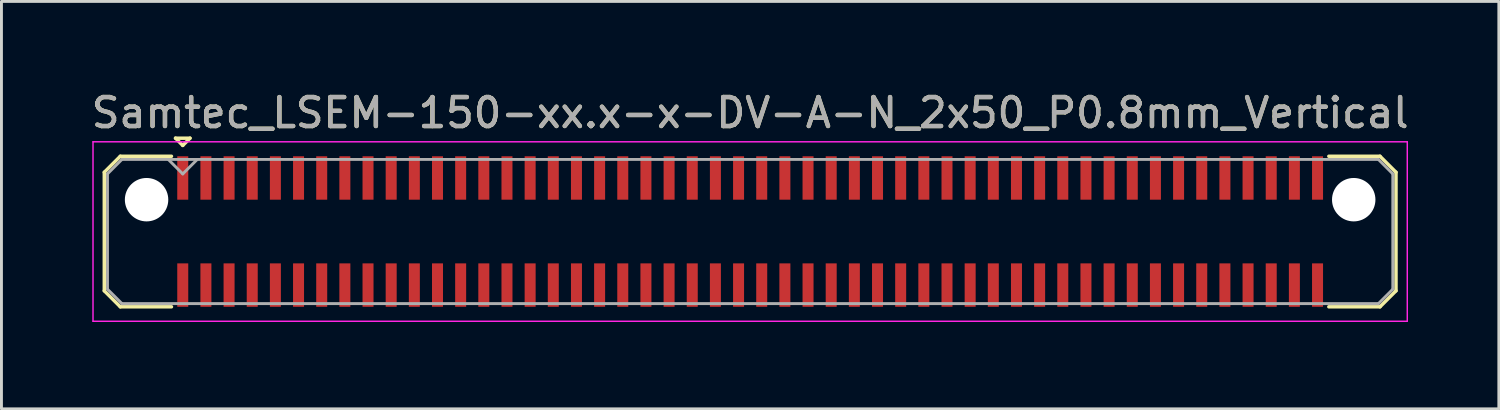
<source format=kicad_pcb>
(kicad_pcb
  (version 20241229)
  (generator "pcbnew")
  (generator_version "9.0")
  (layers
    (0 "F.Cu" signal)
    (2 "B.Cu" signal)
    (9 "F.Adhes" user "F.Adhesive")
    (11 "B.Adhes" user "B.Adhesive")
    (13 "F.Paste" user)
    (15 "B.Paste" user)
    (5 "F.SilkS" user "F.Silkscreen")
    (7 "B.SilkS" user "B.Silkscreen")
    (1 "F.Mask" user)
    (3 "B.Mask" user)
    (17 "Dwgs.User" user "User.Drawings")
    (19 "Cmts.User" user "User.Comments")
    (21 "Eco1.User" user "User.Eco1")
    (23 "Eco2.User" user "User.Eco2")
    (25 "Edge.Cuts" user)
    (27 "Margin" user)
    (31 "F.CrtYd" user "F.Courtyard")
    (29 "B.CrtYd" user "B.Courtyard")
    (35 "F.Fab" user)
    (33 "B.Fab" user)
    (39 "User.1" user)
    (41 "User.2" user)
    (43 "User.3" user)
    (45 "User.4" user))
  (footprint "Samtec_LSEM-150-xx.x-x-DV-A-N_2x50_P0.8mm_Vertical"
    (layer "F.Cu")
    (at 22.863 4.948)
    (property "Reference" "Samtec_LSEM-150-xx.x-x-DV-A-N_2x50_P0.8mm_Vertical" (at 0 -4.1 0) (layer "F.SilkS") (effects (font (size 1 1) (thickness 0.15))))
    (attr smd)
    (fp_line (start -22.31 -2.047) (end -22.31 2.047) (stroke (width 0.12) (type solid)) (layer "F.SilkS"))
    (fp_line (start -22.31 2.047) (end -21.757 2.6) (stroke (width 0.12) (type solid)) (layer "F.SilkS"))
    (fp_line (start -21.757 -2.6) (end -22.31 -2.047) (stroke (width 0.12) (type solid)) (layer "F.SilkS"))
    (fp_line (start -21.757 2.6) (end -19.99 2.6) (stroke (width 0.12) (type solid)) (layer "F.SilkS"))
    (fp_line (start -19.99 -2.6) (end -21.757 -2.6) (stroke (width 0.12) (type solid)) (layer "F.SilkS"))
    (fp_line (start -19.85 -3.225) (end -19.35 -3.225) (stroke (width 0.12) (type solid)) (layer "F.SilkS"))
    (fp_line (start -19.6 -2.975) (end -19.85 -3.225) (stroke (width 0.12) (type solid)) (layer "F.SilkS"))
    (fp_line (start -19.35 -3.225) (end -19.6 -2.975) (stroke (width 0.12) (type solid)) (layer "F.SilkS"))
    (fp_line (start 19.99 -2.6) (end 21.757 -2.6) (stroke (width 0.12) (type solid)) (layer "F.SilkS"))
    (fp_line (start 21.757 -2.6) (end 22.31 -2.047) (stroke (width 0.12) (type solid)) (layer "F.SilkS"))
    (fp_line (start 21.757 2.6) (end 19.99 2.6) (stroke (width 0.12) (type solid)) (layer "F.SilkS"))
    (fp_line (start 22.31 -2.047) (end 22.31 2.047) (stroke (width 0.12) (type solid)) (layer "F.SilkS"))
    (fp_line (start 22.31 2.047) (end 21.757 2.6) (stroke (width 0.12) (type solid)) (layer "F.SilkS"))
    (fp_line (start -22.7 -3.1) (end -22.7 3.1) (stroke (width 0.05) (type solid)) (layer "F.CrtYd"))
    (fp_line (start -22.7 3.1) (end 22.7 3.1) (stroke (width 0.05) (type solid)) (layer "F.CrtYd"))
    (fp_line (start 22.7 -3.1) (end -22.7 -3.1) (stroke (width 0.05) (type solid)) (layer "F.CrtYd"))
    (fp_line (start 22.7 3.1) (end 22.7 -3.1) (stroke (width 0.05) (type solid)) (layer "F.CrtYd"))
    (fp_line (start -22.2 -1.992) (end -22.2 1.992) (stroke (width 0.1) (type solid)) (layer "F.Fab"))
    (fp_line (start -22.2 1.992) (end -21.702 2.49) (stroke (width 0.1) (type solid)) (layer "F.Fab"))
    (fp_line (start -21.702 -2.49) (end -22.2 -1.992) (stroke (width 0.1) (type solid)) (layer "F.Fab"))
    (fp_line (start -21.702 2.49) (end 21.702 2.49) (stroke (width 0.1) (type solid)) (layer "F.Fab"))
    (fp_line (start -19.6 -1.99) (end -20.1 -2.49) (stroke (width 0.1) (type solid)) (layer "F.Fab"))
    (fp_line (start -19.1 -2.49) (end -19.6 -1.99) (stroke (width 0.1) (type solid)) (layer "F.Fab"))
    (fp_line (start 21.702 -2.49) (end -21.702 -2.49) (stroke (width 0.1) (type solid)) (layer "F.Fab"))
    (fp_line (start 21.702 2.49) (end 22.2 1.992) (stroke (width 0.1) (type solid)) (layer "F.Fab"))
    (fp_line (start 22.2 -1.992) (end 21.702 -2.49) (stroke (width 0.1) (type solid)) (layer "F.Fab"))
    (fp_line (start 22.2 1.992) (end 22.2 -1.992) (stroke (width 0.1) (type solid)) (layer "F.Fab"))
    (fp_text user "${REFERENCE}" (at 0 -4.1 0) (layer "F.Fab") (effects (font (size 1 1) (thickness 0.15))))
    (pad "" np_thru_hole circle (at -20.85 -1.1) (size 1.5 1.5) (drill 1.5) (layers "*.Cu" "*.Mask"))
    (pad "" np_thru_hole circle (at 20.85 -1.1) (size 1.5 1.5) (drill 1.5) (layers "*.Cu" "*.Mask"))
    (pad "1" smd rect (at -19.6 -1.85) (size 0.38 1.5) (layers "F.Cu" "F.Mask" "F.Paste"))
    (pad "2" smd rect (at -19.6 1.85) (size 0.38 1.5) (layers "F.Cu" "F.Mask" "F.Paste"))
    (pad "3" smd rect (at -18.8 -1.85) (size 0.38 1.5) (layers "F.Cu" "F.Mask" "F.Paste"))
    (pad "4" smd rect (at -18.8 1.85) (size 0.38 1.5) (layers "F.Cu" "F.Mask" "F.Paste"))
    (pad "5" smd rect (at -18 -1.85) (size 0.38 1.5) (layers "F.Cu" "F.Mask" "F.Paste"))
    (pad "6" smd rect (at -18 1.85) (size 0.38 1.5) (layers "F.Cu" "F.Mask" "F.Paste"))
    (pad "7" smd rect (at -17.2 -1.85) (size 0.38 1.5) (layers "F.Cu" "F.Mask" "F.Paste"))
    (pad "8" smd rect (at -17.2 1.85) (size 0.38 1.5) (layers "F.Cu" "F.Mask" "F.Paste"))
    (pad "9" smd rect (at -16.4 -1.85) (size 0.38 1.5) (layers "F.Cu" "F.Mask" "F.Paste"))
    (pad "10" smd rect (at -16.4 1.85) (size 0.38 1.5) (layers "F.Cu" "F.Mask" "F.Paste"))
    (pad "11" smd rect (at -15.6 -1.85) (size 0.38 1.5) (layers "F.Cu" "F.Mask" "F.Paste"))
    (pad "12" smd rect (at -15.6 1.85) (size 0.38 1.5) (layers "F.Cu" "F.Mask" "F.Paste"))
    (pad "13" smd rect (at -14.8 -1.85) (size 0.38 1.5) (layers "F.Cu" "F.Mask" "F.Paste"))
    (pad "14" smd rect (at -14.8 1.85) (size 0.38 1.5) (layers "F.Cu" "F.Mask" "F.Paste"))
    (pad "15" smd rect (at -14 -1.85) (size 0.38 1.5) (layers "F.Cu" "F.Mask" "F.Paste"))
    (pad "16" smd rect (at -14 1.85) (size 0.38 1.5) (layers "F.Cu" "F.Mask" "F.Paste"))
    (pad "17" smd rect (at -13.2 -1.85) (size 0.38 1.5) (layers "F.Cu" "F.Mask" "F.Paste"))
    (pad "18" smd rect (at -13.2 1.85) (size 0.38 1.5) (layers "F.Cu" "F.Mask" "F.Paste"))
    (pad "19" smd rect (at -12.4 -1.85) (size 0.38 1.5) (layers "F.Cu" "F.Mask" "F.Paste"))
    (pad "20" smd rect (at -12.4 1.85) (size 0.38 1.5) (layers "F.Cu" "F.Mask" "F.Paste"))
    (pad "21" smd rect (at -11.6 -1.85) (size 0.38 1.5) (layers "F.Cu" "F.Mask" "F.Paste"))
    (pad "22" smd rect (at -11.6 1.85) (size 0.38 1.5) (layers "F.Cu" "F.Mask" "F.Paste"))
    (pad "23" smd rect (at -10.8 -1.85) (size 0.38 1.5) (layers "F.Cu" "F.Mask" "F.Paste"))
    (pad "24" smd rect (at -10.8 1.85) (size 0.38 1.5) (layers "F.Cu" "F.Mask" "F.Paste"))
    (pad "25" smd rect (at -10 -1.85) (size 0.38 1.5) (layers "F.Cu" "F.Mask" "F.Paste"))
    (pad "26" smd rect (at -10 1.85) (size 0.38 1.5) (layers "F.Cu" "F.Mask" "F.Paste"))
    (pad "27" smd rect (at -9.2 -1.85) (size 0.38 1.5) (layers "F.Cu" "F.Mask" "F.Paste"))
    (pad "28" smd rect (at -9.2 1.85) (size 0.38 1.5) (layers "F.Cu" "F.Mask" "F.Paste"))
    (pad "29" smd rect (at -8.4 -1.85) (size 0.38 1.5) (layers "F.Cu" "F.Mask" "F.Paste"))
    (pad "30" smd rect (at -8.4 1.85) (size 0.38 1.5) (layers "F.Cu" "F.Mask" "F.Paste"))
    (pad "31" smd rect (at -7.6 -1.85) (size 0.38 1.5) (layers "F.Cu" "F.Mask" "F.Paste"))
    (pad "32" smd rect (at -7.6 1.85) (size 0.38 1.5) (layers "F.Cu" "F.Mask" "F.Paste"))
    (pad "33" smd rect (at -6.8 -1.85) (size 0.38 1.5) (layers "F.Cu" "F.Mask" "F.Paste"))
    (pad "34" smd rect (at -6.8 1.85) (size 0.38 1.5) (layers "F.Cu" "F.Mask" "F.Paste"))
    (pad "35" smd rect (at -6 -1.85) (size 0.38 1.5) (layers "F.Cu" "F.Mask" "F.Paste"))
    (pad "36" smd rect (at -6 1.85) (size 0.38 1.5) (layers "F.Cu" "F.Mask" "F.Paste"))
    (pad "37" smd rect (at -5.2 -1.85) (size 0.38 1.5) (layers "F.Cu" "F.Mask" "F.Paste"))
    (pad "38" smd rect (at -5.2 1.85) (size 0.38 1.5) (layers "F.Cu" "F.Mask" "F.Paste"))
    (pad "39" smd rect (at -4.4 -1.85) (size 0.38 1.5) (layers "F.Cu" "F.Mask" "F.Paste"))
    (pad "40" smd rect (at -4.4 1.85) (size 0.38 1.5) (layers "F.Cu" "F.Mask" "F.Paste"))
    (pad "41" smd rect (at -3.6 -1.85) (size 0.38 1.5) (layers "F.Cu" "F.Mask" "F.Paste"))
    (pad "42" smd rect (at -3.6 1.85) (size 0.38 1.5) (layers "F.Cu" "F.Mask" "F.Paste"))
    (pad "43" smd rect (at -2.8 -1.85) (size 0.38 1.5) (layers "F.Cu" "F.Mask" "F.Paste"))
    (pad "44" smd rect (at -2.8 1.85) (size 0.38 1.5) (layers "F.Cu" "F.Mask" "F.Paste"))
    (pad "45" smd rect (at -2 -1.85) (size 0.38 1.5) (layers "F.Cu" "F.Mask" "F.Paste"))
    (pad "46" smd rect (at -2 1.85) (size 0.38 1.5) (layers "F.Cu" "F.Mask" "F.Paste"))
    (pad "47" smd rect (at -1.2 -1.85) (size 0.38 1.5) (layers "F.Cu" "F.Mask" "F.Paste"))
    (pad "48" smd rect (at -1.2 1.85) (size 0.38 1.5) (layers "F.Cu" "F.Mask" "F.Paste"))
    (pad "49" smd rect (at -0.4 -1.85) (size 0.38 1.5) (layers "F.Cu" "F.Mask" "F.Paste"))
    (pad "50" smd rect (at -0.4 1.85) (size 0.38 1.5) (layers "F.Cu" "F.Mask" "F.Paste"))
    (pad "51" smd rect (at 0.4 -1.85) (size 0.38 1.5) (layers "F.Cu" "F.Mask" "F.Paste"))
    (pad "52" smd rect (at 0.4 1.85) (size 0.38 1.5) (layers "F.Cu" "F.Mask" "F.Paste"))
    (pad "53" smd rect (at 1.2 -1.85) (size 0.38 1.5) (layers "F.Cu" "F.Mask" "F.Paste"))
    (pad "54" smd rect (at 1.2 1.85) (size 0.38 1.5) (layers "F.Cu" "F.Mask" "F.Paste"))
    (pad "55" smd rect (at 2 -1.85) (size 0.38 1.5) (layers "F.Cu" "F.Mask" "F.Paste"))
    (pad "56" smd rect (at 2 1.85) (size 0.38 1.5) (layers "F.Cu" "F.Mask" "F.Paste"))
    (pad "57" smd rect (at 2.8 -1.85) (size 0.38 1.5) (layers "F.Cu" "F.Mask" "F.Paste"))
    (pad "58" smd rect (at 2.8 1.85) (size 0.38 1.5) (layers "F.Cu" "F.Mask" "F.Paste"))
    (pad "59" smd rect (at 3.6 -1.85) (size 0.38 1.5) (layers "F.Cu" "F.Mask" "F.Paste"))
    (pad "60" smd rect (at 3.6 1.85) (size 0.38 1.5) (layers "F.Cu" "F.Mask" "F.Paste"))
    (pad "61" smd rect (at 4.4 -1.85) (size 0.38 1.5) (layers "F.Cu" "F.Mask" "F.Paste"))
    (pad "62" smd rect (at 4.4 1.85) (size 0.38 1.5) (layers "F.Cu" "F.Mask" "F.Paste"))
    (pad "63" smd rect (at 5.2 -1.85) (size 0.38 1.5) (layers "F.Cu" "F.Mask" "F.Paste"))
    (pad "64" smd rect (at 5.2 1.85) (size 0.38 1.5) (layers "F.Cu" "F.Mask" "F.Paste"))
    (pad "65" smd rect (at 6 -1.85) (size 0.38 1.5) (layers "F.Cu" "F.Mask" "F.Paste"))
    (pad "66" smd rect (at 6 1.85) (size 0.38 1.5) (layers "F.Cu" "F.Mask" "F.Paste"))
    (pad "67" smd rect (at 6.8 -1.85) (size 0.38 1.5) (layers "F.Cu" "F.Mask" "F.Paste"))
    (pad "68" smd rect (at 6.8 1.85) (size 0.38 1.5) (layers "F.Cu" "F.Mask" "F.Paste"))
    (pad "69" smd rect (at 7.6 -1.85) (size 0.38 1.5) (layers "F.Cu" "F.Mask" "F.Paste"))
    (pad "70" smd rect (at 7.6 1.85) (size 0.38 1.5) (layers "F.Cu" "F.Mask" "F.Paste"))
    (pad "71" smd rect (at 8.4 -1.85) (size 0.38 1.5) (layers "F.Cu" "F.Mask" "F.Paste"))
    (pad "72" smd rect (at 8.4 1.85) (size 0.38 1.5) (layers "F.Cu" "F.Mask" "F.Paste"))
    (pad "73" smd rect (at 9.2 -1.85) (size 0.38 1.5) (layers "F.Cu" "F.Mask" "F.Paste"))
    (pad "74" smd rect (at 9.2 1.85) (size 0.38 1.5) (layers "F.Cu" "F.Mask" "F.Paste"))
    (pad "75" smd rect (at 10 -1.85) (size 0.38 1.5) (layers "F.Cu" "F.Mask" "F.Paste"))
    (pad "76" smd rect (at 10 1.85) (size 0.38 1.5) (layers "F.Cu" "F.Mask" "F.Paste"))
    (pad "77" smd rect (at 10.8 -1.85) (size 0.38 1.5) (layers "F.Cu" "F.Mask" "F.Paste"))
    (pad "78" smd rect (at 10.8 1.85) (size 0.38 1.5) (layers "F.Cu" "F.Mask" "F.Paste"))
    (pad "79" smd rect (at 11.6 -1.85) (size 0.38 1.5) (layers "F.Cu" "F.Mask" "F.Paste"))
    (pad "80" smd rect (at 11.6 1.85) (size 0.38 1.5) (layers "F.Cu" "F.Mask" "F.Paste"))
    (pad "81" smd rect (at 12.4 -1.85) (size 0.38 1.5) (layers "F.Cu" "F.Mask" "F.Paste"))
    (pad "82" smd rect (at 12.4 1.85) (size 0.38 1.5) (layers "F.Cu" "F.Mask" "F.Paste"))
    (pad "83" smd rect (at 13.2 -1.85) (size 0.38 1.5) (layers "F.Cu" "F.Mask" "F.Paste"))
    (pad "84" smd rect (at 13.2 1.85) (size 0.38 1.5) (layers "F.Cu" "F.Mask" "F.Paste"))
    (pad "85" smd rect (at 14 -1.85) (size 0.38 1.5) (layers "F.Cu" "F.Mask" "F.Paste"))
    (pad "86" smd rect (at 14 1.85) (size 0.38 1.5) (layers "F.Cu" "F.Mask" "F.Paste"))
    (pad "87" smd rect (at 14.8 -1.85) (size 0.38 1.5) (layers "F.Cu" "F.Mask" "F.Paste"))
    (pad "88" smd rect (at 14.8 1.85) (size 0.38 1.5) (layers "F.Cu" "F.Mask" "F.Paste"))
    (pad "89" smd rect (at 15.6 -1.85) (size 0.38 1.5) (layers "F.Cu" "F.Mask" "F.Paste"))
    (pad "90" smd rect (at 15.6 1.85) (size 0.38 1.5) (layers "F.Cu" "F.Mask" "F.Paste"))
    (pad "91" smd rect (at 16.4 -1.85) (size 0.38 1.5) (layers "F.Cu" "F.Mask" "F.Paste"))
    (pad "92" smd rect (at 16.4 1.85) (size 0.38 1.5) (layers "F.Cu" "F.Mask" "F.Paste"))
    (pad "93" smd rect (at 17.2 -1.85) (size 0.38 1.5) (layers "F.Cu" "F.Mask" "F.Paste"))
    (pad "94" smd rect (at 17.2 1.85) (size 0.38 1.5) (layers "F.Cu" "F.Mask" "F.Paste"))
    (pad "95" smd rect (at 18 -1.85) (size 0.38 1.5) (layers "F.Cu" "F.Mask" "F.Paste"))
    (pad "96" smd rect (at 18 1.85) (size 0.38 1.5) (layers "F.Cu" "F.Mask" "F.Paste"))
    (pad "97" smd rect (at 18.8 -1.85) (size 0.38 1.5) (layers "F.Cu" "F.Mask" "F.Paste"))
    (pad "98" smd rect (at 18.8 1.85) (size 0.38 1.5) (layers "F.Cu" "F.Mask" "F.Paste"))
    (pad "99" smd rect (at 19.6 -1.85) (size 0.38 1.5) (layers "F.Cu" "F.Mask" "F.Paste"))
    (pad "100" smd rect (at 19.6 1.85) (size 0.38 1.5) (layers "F.Cu" "F.Mask" "F.Paste")))
  (gr_rect
    (start -3 -3)
    (end 48.726 11.073)
    (stroke (width 0.1) (type default))
    (fill no)
    (layer "Edge.Cuts")))
</source>
